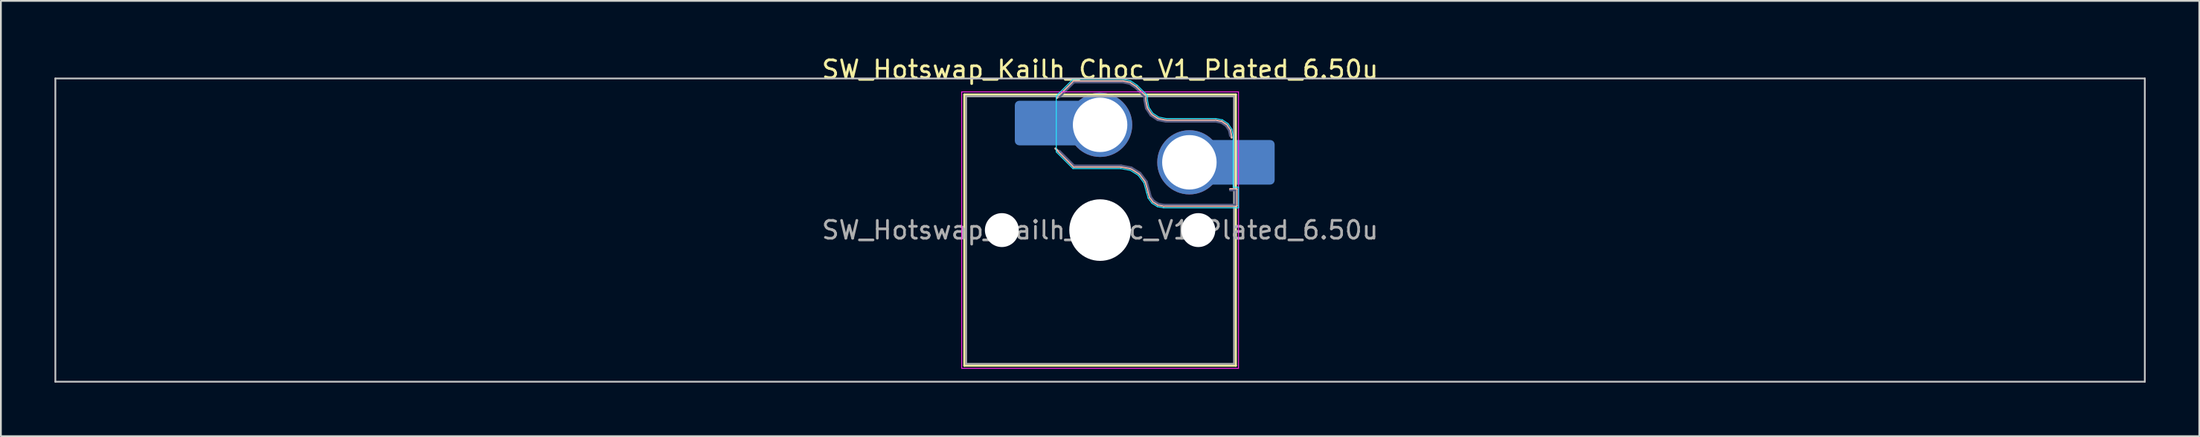
<source format=kicad_pcb>
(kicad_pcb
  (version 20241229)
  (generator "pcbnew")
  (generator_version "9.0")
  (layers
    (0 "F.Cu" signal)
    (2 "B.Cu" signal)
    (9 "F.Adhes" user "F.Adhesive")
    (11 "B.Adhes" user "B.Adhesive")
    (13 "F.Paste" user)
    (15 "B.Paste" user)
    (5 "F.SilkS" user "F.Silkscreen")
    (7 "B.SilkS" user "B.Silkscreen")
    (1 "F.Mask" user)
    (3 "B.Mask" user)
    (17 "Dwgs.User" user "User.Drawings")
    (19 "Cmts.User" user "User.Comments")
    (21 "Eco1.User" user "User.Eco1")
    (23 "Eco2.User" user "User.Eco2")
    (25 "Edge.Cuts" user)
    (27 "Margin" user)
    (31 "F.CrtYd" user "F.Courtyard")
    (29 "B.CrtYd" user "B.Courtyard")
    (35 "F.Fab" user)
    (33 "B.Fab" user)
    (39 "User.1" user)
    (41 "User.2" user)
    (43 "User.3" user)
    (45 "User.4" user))
  (footprint "SW_Hotswap_Kailh_Choc_V1_Plated_6.50u"
    (layer "F.Cu")
    (at 58.55 9.848)
    (property "Reference" "SW_Hotswap_Kailh_Choc_V1_Plated_6.50u" (at 0 -9 0) (layer "F.SilkS") (effects (font (size 1 1) (thickness 0.15))))
    (attr smd)
    (fp_line (start -7.6 -7.6) (end -7.6 7.6) (stroke (width 0.12) (type solid)) (layer "F.SilkS"))
    (fp_line (start -7.6 7.6) (end 7.6 7.6) (stroke (width 0.12) (type solid)) (layer "F.SilkS"))
    (fp_line (start 7.6 -7.6) (end -7.6 -7.6) (stroke (width 0.12) (type solid)) (layer "F.SilkS"))
    (fp_line (start 7.6 7.6) (end 7.6 -7.6) (stroke (width 0.12) (type solid)) (layer "F.SilkS"))
    (fp_line (start -2.416 -7.409) (end -1.479 -8.346) (stroke (width 0.12) (type solid)) (layer "B.SilkS"))
    (fp_line (start -1.479 -8.346) (end 1.268 -8.346) (stroke (width 0.12) (type solid)) (layer "B.SilkS"))
    (fp_line (start -1.479 -3.554) (end -2.5 -4.575) (stroke (width 0.12) (type solid)) (layer "B.SilkS"))
    (fp_line (start 1.168 -3.554) (end -1.479 -3.554) (stroke (width 0.12) (type solid)) (layer "B.SilkS"))
    (fp_line (start 1.268 -8.346) (end 1.671 -8.266) (stroke (width 0.12) (type solid)) (layer "B.SilkS"))
    (fp_line (start 1.671 -8.266) (end 2.013 -8.037) (stroke (width 0.12) (type solid)) (layer "B.SilkS"))
    (fp_line (start 1.73 -3.449) (end 1.168 -3.554) (stroke (width 0.12) (type solid)) (layer "B.SilkS"))
    (fp_line (start 2.013 -8.037) (end 2.546 -7.504) (stroke (width 0.12) (type solid)) (layer "B.SilkS"))
    (fp_line (start 2.209 -3.15) (end 1.73 -3.449) (stroke (width 0.12) (type solid)) (layer "B.SilkS"))
    (fp_line (start 2.546 -7.504) (end 2.546 -7.282) (stroke (width 0.12) (type solid)) (layer "B.SilkS"))
    (fp_line (start 2.546 -7.282) (end 2.633 -6.844) (stroke (width 0.12) (type solid)) (layer "B.SilkS"))
    (fp_line (start 2.547 -2.697) (end 2.209 -3.15) (stroke (width 0.12) (type solid)) (layer "B.SilkS"))
    (fp_line (start 2.633 -6.844) (end 2.877 -6.477) (stroke (width 0.12) (type solid)) (layer "B.SilkS"))
    (fp_line (start 2.701 -2.139) (end 2.547 -2.697) (stroke (width 0.12) (type solid)) (layer "B.SilkS"))
    (fp_line (start 2.783 -1.841) (end 2.701 -2.139) (stroke (width 0.12) (type solid)) (layer "B.SilkS"))
    (fp_line (start 2.877 -6.477) (end 3.244 -6.233) (stroke (width 0.12) (type solid)) (layer "B.SilkS"))
    (fp_line (start 2.976 -1.583) (end 2.783 -1.841) (stroke (width 0.12) (type solid)) (layer "B.SilkS"))
    (fp_line (start 3.244 -6.233) (end 3.682 -6.146) (stroke (width 0.12) (type solid)) (layer "B.SilkS"))
    (fp_line (start 3.25 -1.413) (end 2.976 -1.583) (stroke (width 0.12) (type solid)) (layer "B.SilkS"))
    (fp_line (start 3.56 -1.354) (end 3.25 -1.413) (stroke (width 0.12) (type solid)) (layer "B.SilkS"))
    (fp_line (start 3.682 -6.146) (end 6.482 -6.146) (stroke (width 0.12) (type solid)) (layer "B.SilkS"))
    (fp_line (start 6.482 -6.146) (end 6.809 -6.081) (stroke (width 0.12) (type solid)) (layer "B.SilkS"))
    (fp_line (start 6.809 -6.081) (end 7.092 -5.892) (stroke (width 0.12) (type solid)) (layer "B.SilkS"))
    (fp_line (start 7.092 -5.892) (end 7.281 -5.609) (stroke (width 0.12) (type solid)) (layer "B.SilkS"))
    (fp_line (start 7.281 -5.609) (end 7.366 -5.182) (stroke (width 0.12) (type solid)) (layer "B.SilkS"))
    (fp_line (start 7.283 -2.296) (end 7.646 -2.296) (stroke (width 0.12) (type solid)) (layer "B.SilkS"))
    (fp_line (start 7.646 -2.296) (end 7.646 -1.354) (stroke (width 0.12) (type solid)) (layer "B.SilkS"))
    (fp_line (start 7.646 -1.354) (end 3.56 -1.354) (stroke (width 0.12) (type solid)) (layer "B.SilkS"))
    (fp_line (start -58.5 -8.5) (end -58.5 8.5) (stroke (width 0.1) (type solid)) (layer "Dwgs.User"))
    (fp_line (start -58.5 8.5) (end 58.5 8.5) (stroke (width 0.1) (type solid)) (layer "Dwgs.User"))
    (fp_line (start 58.5 -8.5) (end -58.5 -8.5) (stroke (width 0.1) (type solid)) (layer "Dwgs.User"))
    (fp_line (start 58.5 8.5) (end 58.5 -8.5) (stroke (width 0.1) (type solid)) (layer "Dwgs.User"))
    (fp_line (start -7.25 -7.25) (end -7.25 7.25) (stroke (width 0.1) (type solid)) (layer "Eco1.User"))
    (fp_line (start -7.25 7.25) (end 7.25 7.25) (stroke (width 0.1) (type solid)) (layer "Eco1.User"))
    (fp_line (start 7.25 -7.25) (end -7.25 -7.25) (stroke (width 0.1) (type solid)) (layer "Eco1.User"))
    (fp_line (start 7.25 7.25) (end 7.25 -7.25) (stroke (width 0.1) (type solid)) (layer "Eco1.User"))
    (fp_line (start -2.452 -7.523) (end -1.523 -8.452) (stroke (width 0.05) (type solid)) (layer "B.CrtYd"))
    (fp_line (start -2.452 -4.377) (end -2.452 -7.523) (stroke (width 0.05) (type solid)) (layer "B.CrtYd"))
    (fp_line (start -1.523 -8.452) (end 1.278 -8.452) (stroke (width 0.05) (type solid)) (layer "B.CrtYd"))
    (fp_line (start -1.523 -3.448) (end -2.452 -4.377) (stroke (width 0.05) (type solid)) (layer "B.CrtYd"))
    (fp_line (start 1.159 -3.448) (end -1.523 -3.448) (stroke (width 0.05) (type solid)) (layer "B.CrtYd"))
    (fp_line (start 1.278 -8.452) (end 1.712 -8.366) (stroke (width 0.05) (type solid)) (layer "B.CrtYd"))
    (fp_line (start 1.691 -3.348) (end 1.159 -3.448) (stroke (width 0.05) (type solid)) (layer "B.CrtYd"))
    (fp_line (start 1.712 -8.366) (end 2.081 -8.119) (stroke (width 0.05) (type solid)) (layer "B.CrtYd"))
    (fp_line (start 2.081 -8.119) (end 2.652 -7.548) (stroke (width 0.05) (type solid)) (layer "B.CrtYd"))
    (fp_line (start 2.136 -3.071) (end 1.691 -3.348) (stroke (width 0.05) (type solid)) (layer "B.CrtYd"))
    (fp_line (start 2.45 -2.65) (end 2.136 -3.071) (stroke (width 0.05) (type solid)) (layer "B.CrtYd"))
    (fp_line (start 2.599 -2.111) (end 2.45 -2.65) (stroke (width 0.05) (type solid)) (layer "B.CrtYd"))
    (fp_line (start 2.652 -7.548) (end 2.652 -7.292) (stroke (width 0.05) (type solid)) (layer "B.CrtYd"))
    (fp_line (start 2.652 -7.292) (end 2.733 -6.885) (stroke (width 0.05) (type solid)) (layer "B.CrtYd"))
    (fp_line (start 2.687 -1.794) (end 2.599 -2.111) (stroke (width 0.05) (type solid)) (layer "B.CrtYd"))
    (fp_line (start 2.733 -6.885) (end 2.953 -6.553) (stroke (width 0.05) (type solid)) (layer "B.CrtYd"))
    (fp_line (start 2.903 -1.503) (end 2.687 -1.794) (stroke (width 0.05) (type solid)) (layer "B.CrtYd"))
    (fp_line (start 2.953 -6.553) (end 3.285 -6.333) (stroke (width 0.05) (type solid)) (layer "B.CrtYd"))
    (fp_line (start 3.211 -1.312) (end 2.903 -1.503) (stroke (width 0.05) (type solid)) (layer "B.CrtYd"))
    (fp_line (start 3.285 -6.333) (end 3.692 -6.252) (stroke (width 0.05) (type solid)) (layer "B.CrtYd"))
    (fp_line (start 3.55 -1.248) (end 3.211 -1.312) (stroke (width 0.05) (type solid)) (layer "B.CrtYd"))
    (fp_line (start 3.692 -6.252) (end 6.492 -6.252) (stroke (width 0.05) (type solid)) (layer "B.CrtYd"))
    (fp_line (start 6.492 -6.252) (end 6.85 -6.181) (stroke (width 0.05) (type solid)) (layer "B.CrtYd"))
    (fp_line (start 6.85 -6.181) (end 7.168 -5.968) (stroke (width 0.05) (type solid)) (layer "B.CrtYd"))
    (fp_line (start 7.168 -5.968) (end 7.381 -5.65) (stroke (width 0.05) (type solid)) (layer "B.CrtYd"))
    (fp_line (start 7.381 -5.65) (end 7.452 -5.292) (stroke (width 0.05) (type solid)) (layer "B.CrtYd"))
    (fp_line (start 7.452 -5.292) (end 7.452 -2.402) (stroke (width 0.05) (type solid)) (layer "B.CrtYd"))
    (fp_line (start 7.452 -2.402) (end 7.752 -2.402) (stroke (width 0.05) (type solid)) (layer "B.CrtYd"))
    (fp_line (start 7.752 -2.402) (end 7.752 -1.248) (stroke (width 0.05) (type solid)) (layer "B.CrtYd"))
    (fp_line (start 7.752 -1.248) (end 3.55 -1.248) (stroke (width 0.05) (type solid)) (layer "B.CrtYd"))
    (fp_line (start -7.75 -7.75) (end -7.75 7.75) (stroke (width 0.05) (type solid)) (layer "F.CrtYd"))
    (fp_line (start -7.75 7.75) (end 7.75 7.75) (stroke (width 0.05) (type solid)) (layer "F.CrtYd"))
    (fp_line (start 7.75 -7.75) (end -7.75 -7.75) (stroke (width 0.05) (type solid)) (layer "F.CrtYd"))
    (fp_line (start 7.75 7.75) (end 7.75 -7.75) (stroke (width 0.05) (type solid)) (layer "F.CrtYd"))
    (fp_line (start -2.275 -7.45) (end -1.45 -8.275) (stroke (width 0.1) (type solid)) (layer "B.Fab"))
    (fp_line (start -1.45 -8.275) (end 1.261 -8.275) (stroke (width 0.1) (type solid)) (layer "B.Fab"))
    (fp_line (start -1.45 -3.625) (end -2.275 -4.45) (stroke (width 0.1) (type solid)) (layer "B.Fab"))
    (fp_line (start 1.175 -3.625) (end -1.45 -3.625) (stroke (width 0.1) (type solid)) (layer "B.Fab"))
    (fp_line (start 1.261 -8.275) (end 1.643 -8.199) (stroke (width 0.1) (type solid)) (layer "B.Fab"))
    (fp_line (start 1.643 -8.199) (end 1.968 -7.982) (stroke (width 0.1) (type solid)) (layer "B.Fab"))
    (fp_line (start 1.756 -3.516) (end 1.175 -3.625) (stroke (width 0.1) (type solid)) (layer "B.Fab"))
    (fp_line (start 1.968 -7.982) (end 2.475 -7.475) (stroke (width 0.1) (type solid)) (layer "B.Fab"))
    (fp_line (start 2.258 -3.203) (end 1.756 -3.516) (stroke (width 0.1) (type solid)) (layer "B.Fab"))
    (fp_line (start 2.475 -7.475) (end 2.475 -7.275) (stroke (width 0.1) (type solid)) (layer "B.Fab"))
    (fp_line (start 2.475 -7.275) (end 2.566 -6.816) (stroke (width 0.1) (type solid)) (layer "B.Fab"))
    (fp_line (start 2.566 -6.816) (end 2.826 -6.426) (stroke (width 0.1) (type solid)) (layer "B.Fab"))
    (fp_line (start 2.612 -2.729) (end 2.258 -3.203) (stroke (width 0.1) (type solid)) (layer "B.Fab"))
    (fp_line (start 2.769 -2.158) (end 2.612 -2.729) (stroke (width 0.1) (type solid)) (layer "B.Fab"))
    (fp_line (start 2.826 -6.426) (end 3.216 -6.166) (stroke (width 0.1) (type solid)) (layer "B.Fab"))
    (fp_line (start 2.848 -1.873) (end 2.769 -2.158) (stroke (width 0.1) (type solid)) (layer "B.Fab"))
    (fp_line (start 3.025 -1.636) (end 2.848 -1.873) (stroke (width 0.1) (type solid)) (layer "B.Fab"))
    (fp_line (start 3.216 -6.166) (end 3.675 -6.075) (stroke (width 0.1) (type solid)) (layer "B.Fab"))
    (fp_line (start 3.276 -1.48) (end 3.025 -1.636) (stroke (width 0.1) (type solid)) (layer "B.Fab"))
    (fp_line (start 3.567 -1.425) (end 3.276 -1.48) (stroke (width 0.1) (type solid)) (layer "B.Fab"))
    (fp_line (start 3.675 -6.075) (end 6.475 -6.075) (stroke (width 0.1) (type solid)) (layer "B.Fab"))
    (fp_line (start 6.475 -6.075) (end 6.781 -6.014) (stroke (width 0.1) (type solid)) (layer "B.Fab"))
    (fp_line (start 6.781 -6.014) (end 7.041 -5.841) (stroke (width 0.1) (type solid)) (layer "B.Fab"))
    (fp_line (start 7.041 -5.841) (end 7.214 -5.581) (stroke (width 0.1) (type solid)) (layer "B.Fab"))
    (fp_line (start 7.214 -5.581) (end 7.275 -5.275) (stroke (width 0.1) (type solid)) (layer "B.Fab"))
    (fp_line (start 7.275 -2.225) (end 7.575 -2.225) (stroke (width 0.1) (type solid)) (layer "B.Fab"))
    (fp_line (start 7.575 -2.225) (end 7.575 -1.425) (stroke (width 0.1) (type solid)) (layer "B.Fab"))
    (fp_line (start 7.575 -1.425) (end 3.567 -1.425) (stroke (width 0.1) (type solid)) (layer "B.Fab"))
    (fp_line (start -7.5 -7.5) (end -7.5 7.5) (stroke (width 0.1) (type solid)) (layer "F.Fab"))
    (fp_line (start -7.5 7.5) (end 7.5 7.5) (stroke (width 0.1) (type solid)) (layer "F.Fab"))
    (fp_line (start 7.5 -7.5) (end -7.5 -7.5) (stroke (width 0.1) (type solid)) (layer "F.Fab"))
    (fp_line (start 7.5 7.5) (end 7.5 -7.5) (stroke (width 0.1) (type solid)) (layer "F.Fab"))
    (fp_text user "${REFERENCE}" (at 0 0 0) (layer "F.Fab") (effects (font (size 1 1) (thickness 0.15))))
    (pad "" np_thru_hole circle (at -5.5 0) (size 1.9 1.9) (drill 1.9) (layers "*.Cu" "*.Mask"))
    (pad "" smd roundrect (at -3.5 -6) (size 2.55 2.5) (layers "B.Mask" "B.Paste") (roundrect_rratio 0.1))
    (pad "" np_thru_hole circle (at 0 0) (size 3.45 3.45) (drill 3.45) (layers "*.Cu" "*.Mask"))
    (pad "" np_thru_hole circle (at 5.5 0) (size 1.9 1.9) (drill 1.9) (layers "*.Cu" "*.Mask"))
    (pad "" smd roundrect (at 8.5 -3.8) (size 2.55 2.5) (layers "B.Mask" "B.Paste") (roundrect_rratio 0.1))
    (pad "1" smd roundrect (at -2.85 -6) (size 3.85 2.5) (layers "B.Cu") (roundrect_rratio 0.1))
    (pad "1" thru_hole circle (at 0 -5.9) (size 3.6 3.6) (drill 3.05) (layers "*.Cu" "*.Mask"))
    (pad "2" thru_hole circle (at 5 -3.8) (size 3.6 3.6) (drill 3.05) (layers "*.Cu" "*.Mask"))
    (pad "2" smd roundrect (at 7.85 -3.8) (size 3.85 2.5) (layers "B.Cu") (roundrect_rratio 0.1)))
  (gr_rect
    (start -3 -3)
    (end 120.1 21.398)
    (stroke (width 0.1) (type default))
    (fill no)
    (layer "Edge.Cuts")))
</source>
